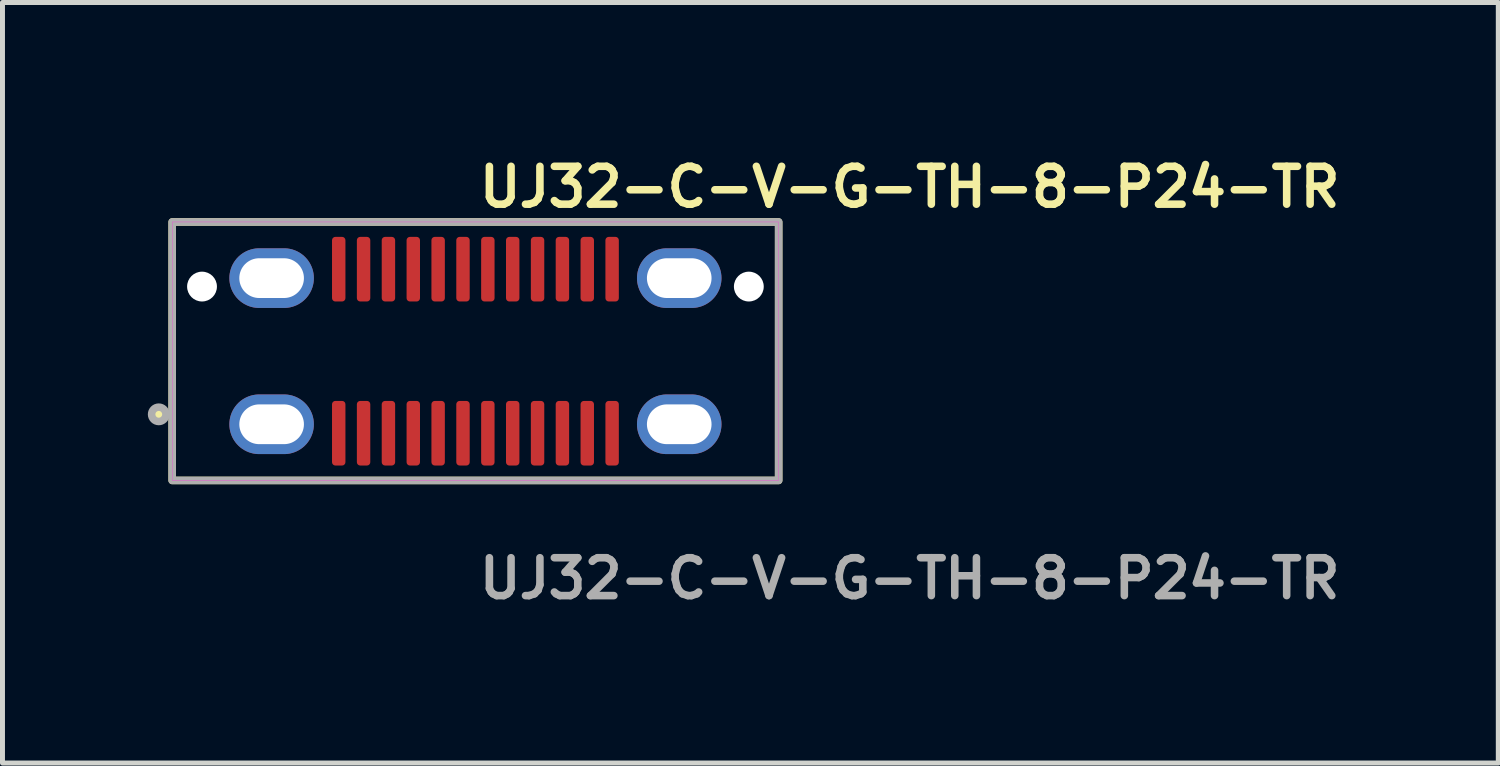
<source format=kicad_pcb>
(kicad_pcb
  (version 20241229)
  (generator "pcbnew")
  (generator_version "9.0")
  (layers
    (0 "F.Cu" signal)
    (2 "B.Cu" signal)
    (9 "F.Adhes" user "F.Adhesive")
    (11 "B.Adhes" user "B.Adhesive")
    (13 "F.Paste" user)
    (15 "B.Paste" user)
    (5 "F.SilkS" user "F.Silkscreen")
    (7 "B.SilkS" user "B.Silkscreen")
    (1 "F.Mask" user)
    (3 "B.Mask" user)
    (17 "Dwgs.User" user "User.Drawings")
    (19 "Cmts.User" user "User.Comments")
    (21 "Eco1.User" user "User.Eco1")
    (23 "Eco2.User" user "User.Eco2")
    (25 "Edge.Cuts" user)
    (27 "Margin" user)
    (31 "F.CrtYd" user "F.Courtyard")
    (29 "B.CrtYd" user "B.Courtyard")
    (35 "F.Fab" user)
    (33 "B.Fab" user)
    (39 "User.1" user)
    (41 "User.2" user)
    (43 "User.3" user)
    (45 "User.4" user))
  (footprint "UJ32-C-V-G-TH-8-P24-TR"
    (layer "F.Cu")
    (at 6.514 4.015)
    (property "Reference" "UJ32-C-V-G-TH-8-P24-TR" (at 0 -3.302 0) (unlocked yes) (layer "F.SilkS") (effects (font (size 0.762 0.762) (thickness 0.152)) (justify left)))
    (fp_rect (start -6.1 2.6) (end 6.1 -2.6) (stroke (width 0.152) (type solid)) (fill no) (layer "F.SilkS"))
    (fp_circle (center -6.37 1.27) (end -6.438 1.27) (stroke (width 0.152) (type solid)) (fill yes) (layer "F.SilkS"))
    (fp_rect (start -6.1 2.6) (end 6.1 -2.6) (stroke (width 0.006) (type solid)) (fill no) (layer "F.CrtYd"))
    (fp_rect (start -6.1 2.6) (end 6.1 -2.6) (stroke (width 0.152) (type solid)) (fill no) (layer "F.Fab"))
    (fp_circle (center -6.37 1.27) (end -6.438 1.27) (stroke (width 0.152) (type solid)) (fill no) (layer "F.Fab"))
    (fp_text user "${REFERENCE}" (at 0 4.572 0) (unlocked yes) (layer "F.Fab") (effects (font (size 0.762 0.762) (thickness 0.152)) (justify left)))
    (pad "" np_thru_hole circle (at -5.5 -1.3) (size 0.6 0.6) (drill 0.6) (layers "*.Cu" "*.Mask"))
    (pad "" np_thru_hole circle (at 5.5 -1.3) (size 0.6 0.6) (drill 0.6) (layers "*.Cu" "*.Mask"))
    (pad "A1" smd roundrect (at -2.75 1.65) (size 0.27 1.3) (layers "F.Cu" "F.Paste") (roundrect_rratio 0.25))
    (pad "A2" smd roundrect (at -2.25 1.65) (size 0.27 1.3) (layers "F.Cu" "F.Paste") (roundrect_rratio 0.25))
    (pad "A3" smd roundrect (at -1.75 1.65) (size 0.27 1.3) (layers "F.Cu" "F.Paste") (roundrect_rratio 0.25))
    (pad "A4" smd roundrect (at -1.25 1.65) (size 0.27 1.3) (layers "F.Cu" "F.Paste") (roundrect_rratio 0.25))
    (pad "A5" smd roundrect (at -0.75 1.65) (size 0.27 1.3) (layers "F.Cu" "F.Paste") (roundrect_rratio 0.25))
    (pad "A6" smd roundrect (at -0.25 1.65) (size 0.27 1.3) (layers "F.Cu" "F.Paste") (roundrect_rratio 0.25))
    (pad "A7" smd roundrect (at 0.25 1.65) (size 0.27 1.3) (layers "F.Cu" "F.Paste") (roundrect_rratio 0.25))
    (pad "A8" smd roundrect (at 0.75 1.65) (size 0.27 1.3) (layers "F.Cu" "F.Paste") (roundrect_rratio 0.25))
    (pad "A9" smd roundrect (at 1.25 1.65) (size 0.27 1.3) (layers "F.Cu" "F.Paste") (roundrect_rratio 0.25))
    (pad "A10" smd roundrect (at 1.75 1.65) (size 0.27 1.3) (layers "F.Cu" "F.Paste") (roundrect_rratio 0.25))
    (pad "A11" smd roundrect (at 2.25 1.65) (size 0.27 1.3) (layers "F.Cu" "F.Paste") (roundrect_rratio 0.25))
    (pad "A12" smd roundrect (at 2.75 1.65) (size 0.27 1.3) (layers "F.Cu" "F.Paste") (roundrect_rratio 0.25))
    (pad "B1" smd roundrect (at 2.75 -1.65) (size 0.27 1.3) (layers "F.Cu" "F.Paste") (roundrect_rratio 0.25))
    (pad "B2" smd roundrect (at 2.25 -1.65) (size 0.27 1.3) (layers "F.Cu" "F.Paste") (roundrect_rratio 0.25))
    (pad "B3" smd roundrect (at 1.75 -1.65) (size 0.27 1.3) (layers "F.Cu" "F.Paste") (roundrect_rratio 0.25))
    (pad "B4" smd roundrect (at 1.25 -1.65) (size 0.27 1.3) (layers "F.Cu" "F.Paste") (roundrect_rratio 0.25))
    (pad "B5" smd roundrect (at 0.75 -1.65) (size 0.27 1.3) (layers "F.Cu" "F.Paste") (roundrect_rratio 0.25))
    (pad "B6" smd roundrect (at 0.25 -1.65) (size 0.27 1.3) (layers "F.Cu" "F.Paste") (roundrect_rratio 0.25))
    (pad "B7" smd roundrect (at -0.25 -1.65) (size 0.27 1.3) (layers "F.Cu" "F.Paste") (roundrect_rratio 0.25))
    (pad "B8" smd roundrect (at -0.75 -1.65) (size 0.27 1.3) (layers "F.Cu" "F.Paste") (roundrect_rratio 0.25))
    (pad "B9" smd roundrect (at -1.25 -1.65) (size 0.27 1.3) (layers "F.Cu" "F.Paste") (roundrect_rratio 0.25))
    (pad "B10" smd roundrect (at -1.75 -1.65) (size 0.27 1.3) (layers "F.Cu" "F.Paste") (roundrect_rratio 0.25))
    (pad "B11" smd roundrect (at -2.25 -1.65) (size 0.27 1.3) (layers "F.Cu" "F.Paste") (roundrect_rratio 0.25))
    (pad "B12" smd roundrect (at -2.75 -1.65) (size 0.27 1.3) (layers "F.Cu" "F.Paste") (roundrect_rratio 0.25))
    (pad "SH1" thru_hole oval (at -4.1 1.47) (size 1.7 1.2) (drill oval 1.3 0.8) (layers "*.Cu" "*.Mask"))
    (pad "SH2" thru_hole oval (at 4.1 1.47) (size 1.7 1.2) (drill oval 1.3 0.8) (layers "*.Cu" "*.Mask"))
    (pad "SH3" thru_hole oval (at 4.1 -1.47) (size 1.7 1.2) (drill oval 1.3 0.8) (layers "*.Cu" "*.Mask"))
    (pad "SH4" thru_hole oval (at -4.1 -1.47) (size 1.7 1.2) (drill oval 1.3 0.8) (layers "*.Cu" "*.Mask")))
  (gr_rect
    (start -3 -3)
    (end 27.091 12.3)
    (stroke (width 0.1) (type default))
    (fill no)
    (layer "Edge.Cuts")))
</source>
